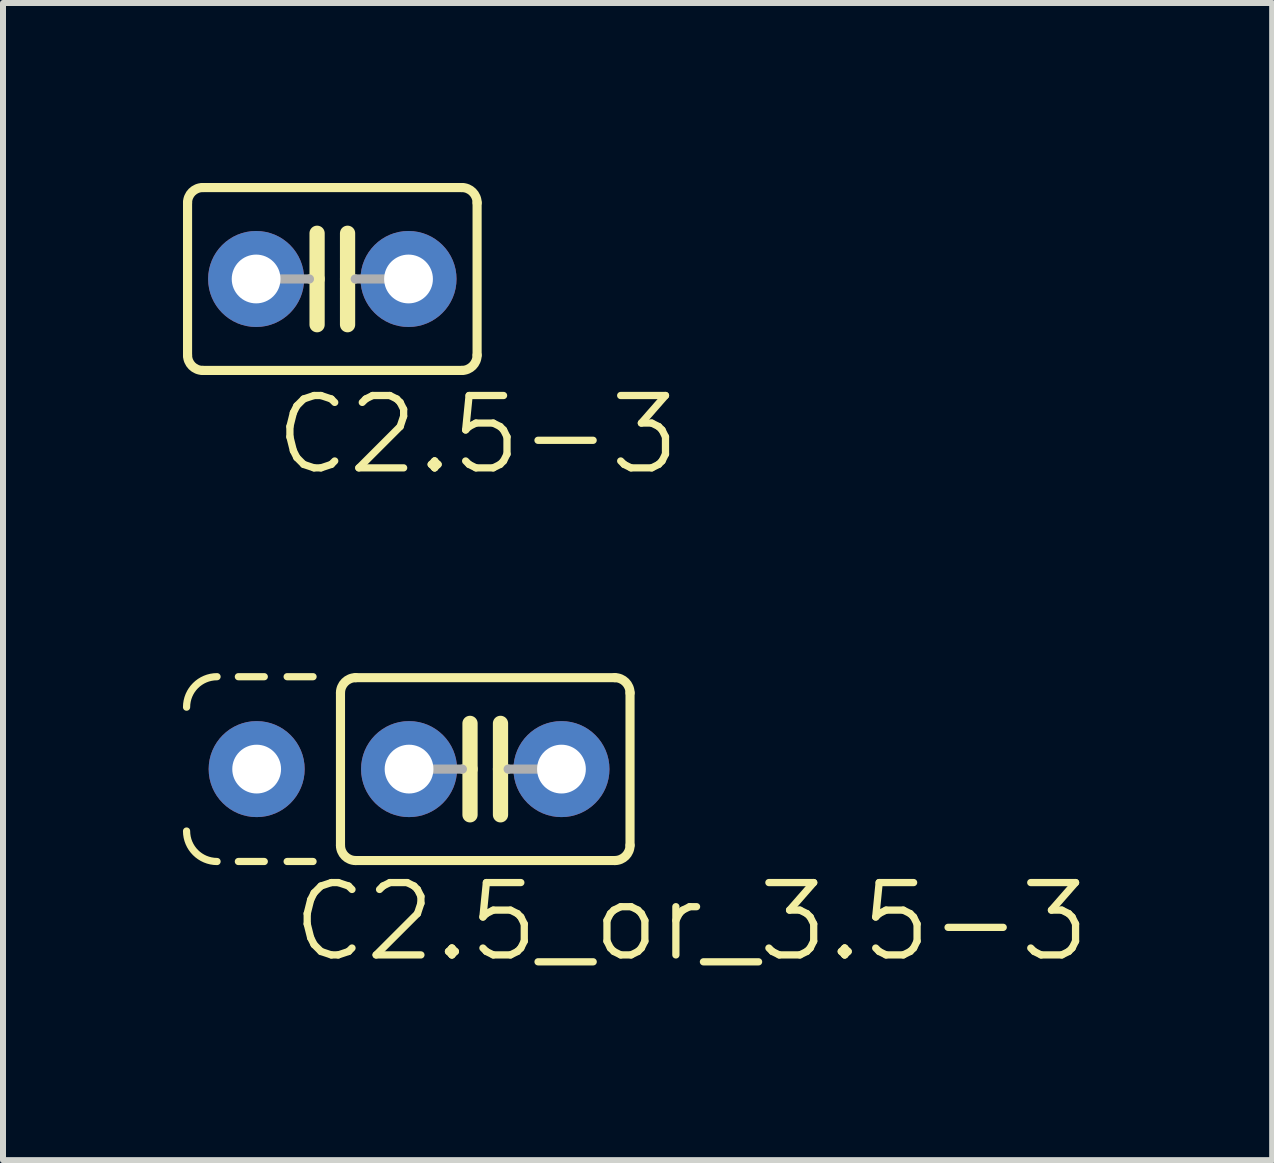
<source format=kicad_pcb>
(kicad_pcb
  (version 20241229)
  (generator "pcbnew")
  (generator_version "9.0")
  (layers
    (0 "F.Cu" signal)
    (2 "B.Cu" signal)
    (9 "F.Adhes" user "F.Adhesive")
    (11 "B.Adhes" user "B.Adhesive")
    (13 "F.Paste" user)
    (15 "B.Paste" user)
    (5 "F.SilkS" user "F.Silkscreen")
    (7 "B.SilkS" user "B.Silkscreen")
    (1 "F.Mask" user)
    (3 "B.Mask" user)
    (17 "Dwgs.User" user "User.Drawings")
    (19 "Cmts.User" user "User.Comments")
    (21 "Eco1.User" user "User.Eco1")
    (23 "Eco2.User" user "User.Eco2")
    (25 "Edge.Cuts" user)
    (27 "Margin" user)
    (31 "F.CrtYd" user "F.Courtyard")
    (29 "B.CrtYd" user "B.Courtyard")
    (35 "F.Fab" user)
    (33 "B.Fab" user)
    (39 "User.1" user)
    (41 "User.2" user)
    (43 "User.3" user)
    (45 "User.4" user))
  (footprint "C2.5_or_3.5-3"
    (layer "F.Cu")
    (at 5.038 9.769)
    (property "Reference" "C2.5_or_3.5-3" (at -3.277 3.251 180) (layer "F.SilkS") (effects (font (size 1.206 1.206) (thickness 0.121)) (justify left bottom)))
    (attr through_hole)
    (fp_line (start -4.115 -1.54) (end -3.683 -1.54) (stroke (width 0.12) (type solid)) (layer "F.SilkS"))
    (fp_line (start -4.115 1.54) (end -3.683 1.54) (stroke (width 0.12) (type solid)) (layer "F.SilkS"))
    (fp_line (start -3.302 -1.54) (end -2.87 -1.54) (stroke (width 0.12) (type solid)) (layer "F.SilkS"))
    (fp_line (start -3.302 1.54) (end -2.87 1.54) (stroke (width 0.12) (type solid)) (layer "F.SilkS"))
    (fp_line (start -2.413 -1.27) (end -2.413 1.27) (stroke (width 0.152) (type solid)) (layer "F.SilkS"))
    (fp_line (start -2.159 -1.524) (end 2.159 -1.524) (stroke (width 0.152) (type solid)) (layer "F.SilkS"))
    (fp_line (start -0.254 -0.762) (end -0.254 0) (stroke (width 0.254) (type solid)) (layer "F.SilkS"))
    (fp_line (start -0.254 0) (end -0.381 0) (stroke (width 0.152) (type solid)) (layer "F.SilkS"))
    (fp_line (start -0.254 0) (end -0.254 0.762) (stroke (width 0.254) (type solid)) (layer "F.SilkS"))
    (fp_line (start 0.254 0) (end 0.254 -0.762) (stroke (width 0.254) (type solid)) (layer "F.SilkS"))
    (fp_line (start 0.254 0) (end 0.254 0.762) (stroke (width 0.254) (type solid)) (layer "F.SilkS"))
    (fp_line (start 0.381 0) (end 0.254 0) (stroke (width 0.152) (type solid)) (layer "F.SilkS"))
    (fp_line (start 2.159 1.524) (end -2.159 1.524) (stroke (width 0.152) (type solid)) (layer "F.SilkS"))
    (fp_line (start 2.413 -1.27) (end 2.413 1.27) (stroke (width 0.152) (type solid)) (layer "F.SilkS"))
    (fp_arc (start -4.9784 -1.0322) (mid -4.82961 -1.39141) (end -4.4704 -1.5402) (stroke (width 0.12) (type solid)) (layer "F.SilkS"))
    (fp_arc (start -4.4704 1.5402) (mid -4.82961 1.39141) (end -4.9784 1.0322) (stroke (width 0.12) (type solid)) (layer "F.SilkS"))
    (fp_arc (start -2.413 -1.27) (mid -2.338605 -1.449605) (end -2.159 -1.524) (stroke (width 0.1524) (type solid)) (layer "F.SilkS"))
    (fp_arc (start -2.159 1.524) (mid -2.338605 1.449605) (end -2.413 1.27) (stroke (width 0.1524) (type solid)) (layer "F.SilkS"))
    (fp_arc (start 2.159 -1.524) (mid 2.338605 -1.449605) (end 2.413 -1.27) (stroke (width 0.1524) (type solid)) (layer "F.SilkS"))
    (fp_arc (start 2.413 1.27) (mid 2.338605 1.449605) (end 2.159 1.524) (stroke (width 0.1524) (type solid)) (layer "F.SilkS"))
    (fp_line (start -0.381 0) (end -1.27 0) (stroke (width 0.152) (type solid)) (layer "F.Fab"))
    (fp_line (start 1.27 0) (end 0.381 0) (stroke (width 0.152) (type solid)) (layer "F.Fab"))
    (pad "1" thru_hole circle (at -3.81 0) (size 1.6 1.6) (drill 0.813) (layers "*.Cu" "*.Mask"))
    (pad "1" thru_hole circle (at -1.27 0) (size 1.6 1.6) (drill 0.813) (layers "*.Cu" "*.Mask"))
    (pad "2" thru_hole circle (at 1.27 0) (size 1.6 1.6) (drill 0.813) (layers "*.Cu" "*.Mask")))
  (footprint "C2.5-3"
    (layer "F.Cu")
    (at 2.489 1.6)
    (property "Reference" "C2.5-3" (at -1.016 3.302 180) (layer "F.SilkS") (effects (font (size 1.206 1.206) (thickness 0.121)) (justify left bottom)))
    (attr through_hole)
    (fp_line (start -2.413 -1.27) (end -2.413 1.27) (stroke (width 0.152) (type solid)) (layer "F.SilkS"))
    (fp_line (start -2.159 -1.524) (end 2.159 -1.524) (stroke (width 0.152) (type solid)) (layer "F.SilkS"))
    (fp_line (start -0.254 -0.762) (end -0.254 0) (stroke (width 0.254) (type solid)) (layer "F.SilkS"))
    (fp_line (start -0.254 0) (end -0.381 0) (stroke (width 0.152) (type solid)) (layer "F.SilkS"))
    (fp_line (start -0.254 0) (end -0.254 0.762) (stroke (width 0.254) (type solid)) (layer "F.SilkS"))
    (fp_line (start 0.254 0) (end 0.254 -0.762) (stroke (width 0.254) (type solid)) (layer "F.SilkS"))
    (fp_line (start 0.254 0) (end 0.254 0.762) (stroke (width 0.254) (type solid)) (layer "F.SilkS"))
    (fp_line (start 0.381 0) (end 0.254 0) (stroke (width 0.152) (type solid)) (layer "F.SilkS"))
    (fp_line (start 2.159 1.524) (end -2.159 1.524) (stroke (width 0.152) (type solid)) (layer "F.SilkS"))
    (fp_line (start 2.413 -1.27) (end 2.413 1.27) (stroke (width 0.152) (type solid)) (layer "F.SilkS"))
    (fp_arc (start -2.413 -1.27) (mid -2.338605 -1.449605) (end -2.159 -1.524) (stroke (width 0.1524) (type solid)) (layer "F.SilkS"))
    (fp_arc (start -2.159 1.524) (mid -2.338605 1.449605) (end -2.413 1.27) (stroke (width 0.1524) (type solid)) (layer "F.SilkS"))
    (fp_arc (start 2.159 -1.524) (mid 2.338605 -1.449605) (end 2.413 -1.27) (stroke (width 0.1524) (type solid)) (layer "F.SilkS"))
    (fp_arc (start 2.413 1.27) (mid 2.338605 1.449605) (end 2.159 1.524) (stroke (width 0.1524) (type solid)) (layer "F.SilkS"))
    (fp_line (start -0.381 0) (end -1.27 0) (stroke (width 0.152) (type solid)) (layer "F.Fab"))
    (fp_line (start 1.27 0) (end 0.381 0) (stroke (width 0.152) (type solid)) (layer "F.Fab"))
    (pad "1" thru_hole circle (at -1.27 0) (size 1.6 1.6) (drill 0.813) (layers "*.Cu" "*.Mask"))
    (pad "2" thru_hole circle (at 1.27 0) (size 1.6 1.6) (drill 0.813) (layers "*.Cu" "*.Mask")))
  (gr_rect
    (start -3 -3)
    (end 18.154 16.287)
    (stroke (width 0.1) (type default))
    (fill no)
    (layer "Edge.Cuts")))
</source>
